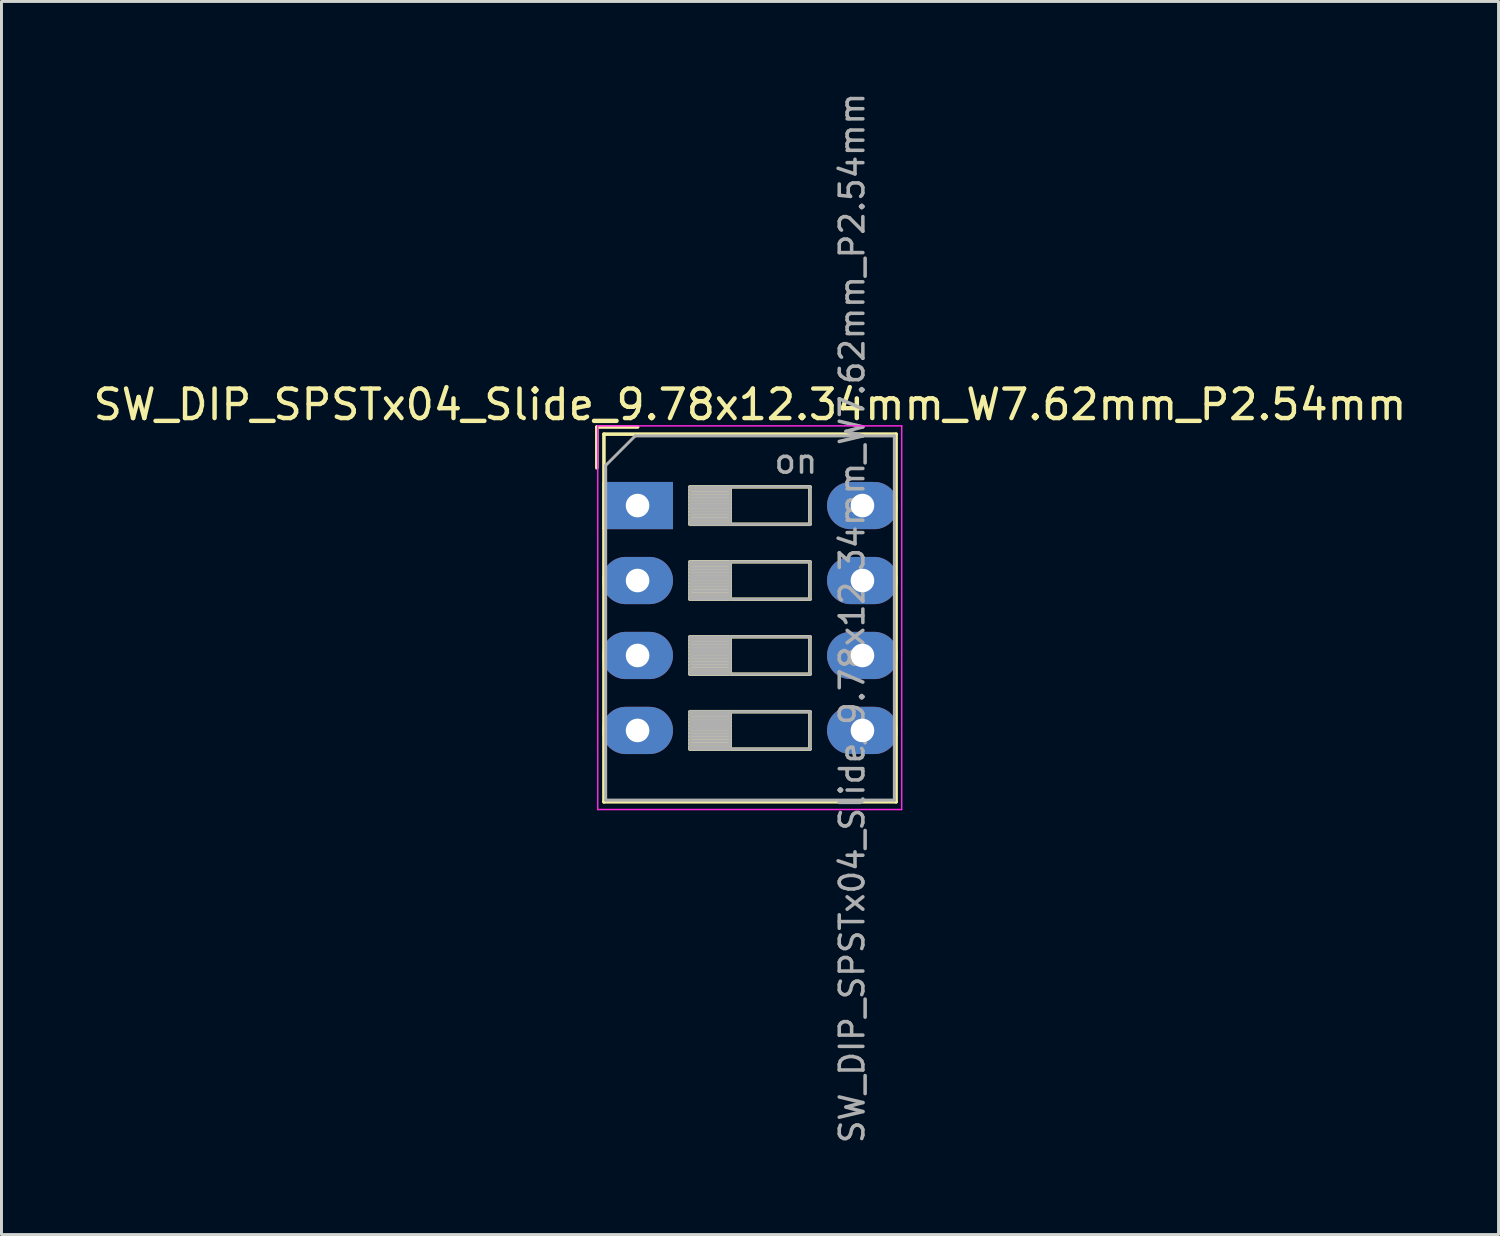
<source format=kicad_pcb>
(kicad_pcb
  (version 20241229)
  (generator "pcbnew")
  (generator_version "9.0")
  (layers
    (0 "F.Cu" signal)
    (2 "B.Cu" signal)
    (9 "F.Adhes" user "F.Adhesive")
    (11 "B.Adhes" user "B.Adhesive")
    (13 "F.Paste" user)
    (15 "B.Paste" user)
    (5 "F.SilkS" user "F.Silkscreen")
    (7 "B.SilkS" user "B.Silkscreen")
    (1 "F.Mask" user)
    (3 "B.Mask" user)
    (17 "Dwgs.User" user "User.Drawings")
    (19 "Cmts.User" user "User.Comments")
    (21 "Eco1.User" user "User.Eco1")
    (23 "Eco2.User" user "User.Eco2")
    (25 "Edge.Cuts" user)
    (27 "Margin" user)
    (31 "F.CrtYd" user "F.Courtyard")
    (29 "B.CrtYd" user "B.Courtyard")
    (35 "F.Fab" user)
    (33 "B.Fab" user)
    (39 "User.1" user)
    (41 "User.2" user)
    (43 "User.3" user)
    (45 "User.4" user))
  (footprint "SW_DIP_SPSTx04_Slide_9.78x12.34mm_W7.62mm_P2.54mm"
    (layer "F.Cu")
    (at 18.553 14.08)
    (property "Reference" "SW_DIP_SPSTx04_Slide_9.78x12.34mm_W7.62mm_P2.54mm" (at 3.81 -3.42 0) (layer "F.SilkS") (effects (font (size 1 1) (thickness 0.15))))
    (attr through_hole)
    (fp_line (start -1.38 -2.66) (end -1.38 -1.277) (stroke (width 0.12) (type solid)) (layer "F.SilkS"))
    (fp_line (start -1.38 -2.66) (end 0.004 -2.66) (stroke (width 0.12) (type solid)) (layer "F.SilkS"))
    (fp_line (start -1.14 -2.42) (end -1.14 10.04) (stroke (width 0.12) (type solid)) (layer "F.SilkS"))
    (fp_line (start -1.14 -2.42) (end 8.76 -2.42) (stroke (width 0.12) (type solid)) (layer "F.SilkS"))
    (fp_line (start -1.14 10.04) (end 8.76 10.04) (stroke (width 0.12) (type solid)) (layer "F.SilkS"))
    (fp_line (start 1.78 -0.635) (end 1.78 0.635) (stroke (width 0.12) (type solid)) (layer "F.SilkS"))
    (fp_line (start 1.78 -0.515) (end 3.133 -0.515) (stroke (width 0.12) (type solid)) (layer "F.SilkS"))
    (fp_line (start 1.78 -0.395) (end 3.133 -0.395) (stroke (width 0.12) (type solid)) (layer "F.SilkS"))
    (fp_line (start 1.78 -0.275) (end 3.133 -0.275) (stroke (width 0.12) (type solid)) (layer "F.SilkS"))
    (fp_line (start 1.78 -0.155) (end 3.133 -0.155) (stroke (width 0.12) (type solid)) (layer "F.SilkS"))
    (fp_line (start 1.78 -0.035) (end 3.133 -0.035) (stroke (width 0.12) (type solid)) (layer "F.SilkS"))
    (fp_line (start 1.78 0.085) (end 3.133 0.085) (stroke (width 0.12) (type solid)) (layer "F.SilkS"))
    (fp_line (start 1.78 0.205) (end 3.133 0.205) (stroke (width 0.12) (type solid)) (layer "F.SilkS"))
    (fp_line (start 1.78 0.325) (end 3.133 0.325) (stroke (width 0.12) (type solid)) (layer "F.SilkS"))
    (fp_line (start 1.78 0.445) (end 3.133 0.445) (stroke (width 0.12) (type solid)) (layer "F.SilkS"))
    (fp_line (start 1.78 0.565) (end 3.133 0.565) (stroke (width 0.12) (type solid)) (layer "F.SilkS"))
    (fp_line (start 1.78 0.635) (end 5.84 0.635) (stroke (width 0.12) (type solid)) (layer "F.SilkS"))
    (fp_line (start 1.78 1.905) (end 1.78 3.175) (stroke (width 0.12) (type solid)) (layer "F.SilkS"))
    (fp_line (start 1.78 2.025) (end 3.133 2.025) (stroke (width 0.12) (type solid)) (layer "F.SilkS"))
    (fp_line (start 1.78 2.145) (end 3.133 2.145) (stroke (width 0.12) (type solid)) (layer "F.SilkS"))
    (fp_line (start 1.78 2.265) (end 3.133 2.265) (stroke (width 0.12) (type solid)) (layer "F.SilkS"))
    (fp_line (start 1.78 2.385) (end 3.133 2.385) (stroke (width 0.12) (type solid)) (layer "F.SilkS"))
    (fp_line (start 1.78 2.505) (end 3.133 2.505) (stroke (width 0.12) (type solid)) (layer "F.SilkS"))
    (fp_line (start 1.78 2.625) (end 3.133 2.625) (stroke (width 0.12) (type solid)) (layer "F.SilkS"))
    (fp_line (start 1.78 2.745) (end 3.133 2.745) (stroke (width 0.12) (type solid)) (layer "F.SilkS"))
    (fp_line (start 1.78 2.865) (end 3.133 2.865) (stroke (width 0.12) (type solid)) (layer "F.SilkS"))
    (fp_line (start 1.78 2.985) (end 3.133 2.985) (stroke (width 0.12) (type solid)) (layer "F.SilkS"))
    (fp_line (start 1.78 3.105) (end 3.133 3.105) (stroke (width 0.12) (type solid)) (layer "F.SilkS"))
    (fp_line (start 1.78 3.175) (end 5.84 3.175) (stroke (width 0.12) (type solid)) (layer "F.SilkS"))
    (fp_line (start 1.78 4.445) (end 1.78 5.715) (stroke (width 0.12) (type solid)) (layer "F.SilkS"))
    (fp_line (start 1.78 4.565) (end 3.133 4.565) (stroke (width 0.12) (type solid)) (layer "F.SilkS"))
    (fp_line (start 1.78 4.685) (end 3.133 4.685) (stroke (width 0.12) (type solid)) (layer "F.SilkS"))
    (fp_line (start 1.78 4.805) (end 3.133 4.805) (stroke (width 0.12) (type solid)) (layer "F.SilkS"))
    (fp_line (start 1.78 4.925) (end 3.133 4.925) (stroke (width 0.12) (type solid)) (layer "F.SilkS"))
    (fp_line (start 1.78 5.045) (end 3.133 5.045) (stroke (width 0.12) (type solid)) (layer "F.SilkS"))
    (fp_line (start 1.78 5.165) (end 3.133 5.165) (stroke (width 0.12) (type solid)) (layer "F.SilkS"))
    (fp_line (start 1.78 5.285) (end 3.133 5.285) (stroke (width 0.12) (type solid)) (layer "F.SilkS"))
    (fp_line (start 1.78 5.405) (end 3.133 5.405) (stroke (width 0.12) (type solid)) (layer "F.SilkS"))
    (fp_line (start 1.78 5.525) (end 3.133 5.525) (stroke (width 0.12) (type solid)) (layer "F.SilkS"))
    (fp_line (start 1.78 5.645) (end 3.133 5.645) (stroke (width 0.12) (type solid)) (layer "F.SilkS"))
    (fp_line (start 1.78 5.715) (end 5.84 5.715) (stroke (width 0.12) (type solid)) (layer "F.SilkS"))
    (fp_line (start 1.78 6.985) (end 1.78 8.255) (stroke (width 0.12) (type solid)) (layer "F.SilkS"))
    (fp_line (start 1.78 7.105) (end 3.133 7.105) (stroke (width 0.12) (type solid)) (layer "F.SilkS"))
    (fp_line (start 1.78 7.225) (end 3.133 7.225) (stroke (width 0.12) (type solid)) (layer "F.SilkS"))
    (fp_line (start 1.78 7.345) (end 3.133 7.345) (stroke (width 0.12) (type solid)) (layer "F.SilkS"))
    (fp_line (start 1.78 7.465) (end 3.133 7.465) (stroke (width 0.12) (type solid)) (layer "F.SilkS"))
    (fp_line (start 1.78 7.585) (end 3.133 7.585) (stroke (width 0.12) (type solid)) (layer "F.SilkS"))
    (fp_line (start 1.78 7.705) (end 3.133 7.705) (stroke (width 0.12) (type solid)) (layer "F.SilkS"))
    (fp_line (start 1.78 7.825) (end 3.133 7.825) (stroke (width 0.12) (type solid)) (layer "F.SilkS"))
    (fp_line (start 1.78 7.945) (end 3.133 7.945) (stroke (width 0.12) (type solid)) (layer "F.SilkS"))
    (fp_line (start 1.78 8.065) (end 3.133 8.065) (stroke (width 0.12) (type solid)) (layer "F.SilkS"))
    (fp_line (start 1.78 8.185) (end 3.133 8.185) (stroke (width 0.12) (type solid)) (layer "F.SilkS"))
    (fp_line (start 1.78 8.255) (end 5.84 8.255) (stroke (width 0.12) (type solid)) (layer "F.SilkS"))
    (fp_line (start 3.133 -0.635) (end 3.133 0.635) (stroke (width 0.12) (type solid)) (layer "F.SilkS"))
    (fp_line (start 3.133 1.905) (end 3.133 3.175) (stroke (width 0.12) (type solid)) (layer "F.SilkS"))
    (fp_line (start 3.133 4.445) (end 3.133 5.715) (stroke (width 0.12) (type solid)) (layer "F.SilkS"))
    (fp_line (start 3.133 6.985) (end 3.133 8.255) (stroke (width 0.12) (type solid)) (layer "F.SilkS"))
    (fp_line (start 5.84 -0.635) (end 1.78 -0.635) (stroke (width 0.12) (type solid)) (layer "F.SilkS"))
    (fp_line (start 5.84 0.635) (end 5.84 -0.635) (stroke (width 0.12) (type solid)) (layer "F.SilkS"))
    (fp_line (start 5.84 1.905) (end 1.78 1.905) (stroke (width 0.12) (type solid)) (layer "F.SilkS"))
    (fp_line (start 5.84 3.175) (end 5.84 1.905) (stroke (width 0.12) (type solid)) (layer "F.SilkS"))
    (fp_line (start 5.84 4.445) (end 1.78 4.445) (stroke (width 0.12) (type solid)) (layer "F.SilkS"))
    (fp_line (start 5.84 5.715) (end 5.84 4.445) (stroke (width 0.12) (type solid)) (layer "F.SilkS"))
    (fp_line (start 5.84 6.985) (end 1.78 6.985) (stroke (width 0.12) (type solid)) (layer "F.SilkS"))
    (fp_line (start 5.84 8.255) (end 5.84 6.985) (stroke (width 0.12) (type solid)) (layer "F.SilkS"))
    (fp_line (start 8.76 -2.42) (end 8.76 10.04) (stroke (width 0.12) (type solid)) (layer "F.SilkS"))
    (fp_line (start -1.35 -2.7) (end -1.35 10.3) (stroke (width 0.05) (type solid)) (layer "F.CrtYd"))
    (fp_line (start -1.35 10.3) (end 8.95 10.3) (stroke (width 0.05) (type solid)) (layer "F.CrtYd"))
    (fp_line (start 8.95 -2.7) (end -1.35 -2.7) (stroke (width 0.05) (type solid)) (layer "F.CrtYd"))
    (fp_line (start 8.95 10.3) (end 8.95 -2.7) (stroke (width 0.05) (type solid)) (layer "F.CrtYd"))
    (fp_line (start -1.08 -1.36) (end -0.08 -2.36) (stroke (width 0.1) (type solid)) (layer "F.Fab"))
    (fp_line (start -1.08 9.98) (end -1.08 -1.36) (stroke (width 0.1) (type solid)) (layer "F.Fab"))
    (fp_line (start -0.08 -2.36) (end 8.7 -2.36) (stroke (width 0.1) (type solid)) (layer "F.Fab"))
    (fp_line (start 1.78 -0.635) (end 1.78 0.635) (stroke (width 0.1) (type solid)) (layer "F.Fab"))
    (fp_line (start 1.78 -0.535) (end 3.133 -0.535) (stroke (width 0.1) (type solid)) (layer "F.Fab"))
    (fp_line (start 1.78 -0.435) (end 3.133 -0.435) (stroke (width 0.1) (type solid)) (layer "F.Fab"))
    (fp_line (start 1.78 -0.335) (end 3.133 -0.335) (stroke (width 0.1) (type solid)) (layer "F.Fab"))
    (fp_line (start 1.78 -0.235) (end 3.133 -0.235) (stroke (width 0.1) (type solid)) (layer "F.Fab"))
    (fp_line (start 1.78 -0.135) (end 3.133 -0.135) (stroke (width 0.1) (type solid)) (layer "F.Fab"))
    (fp_line (start 1.78 -0.035) (end 3.133 -0.035) (stroke (width 0.1) (type solid)) (layer "F.Fab"))
    (fp_line (start 1.78 0.065) (end 3.133 0.065) (stroke (width 0.1) (type solid)) (layer "F.Fab"))
    (fp_line (start 1.78 0.165) (end 3.133 0.165) (stroke (width 0.1) (type solid)) (layer "F.Fab"))
    (fp_line (start 1.78 0.265) (end 3.133 0.265) (stroke (width 0.1) (type solid)) (layer "F.Fab"))
    (fp_line (start 1.78 0.365) (end 3.133 0.365) (stroke (width 0.1) (type solid)) (layer "F.Fab"))
    (fp_line (start 1.78 0.465) (end 3.133 0.465) (stroke (width 0.1) (type solid)) (layer "F.Fab"))
    (fp_line (start 1.78 0.565) (end 3.133 0.565) (stroke (width 0.1) (type solid)) (layer "F.Fab"))
    (fp_line (start 1.78 0.635) (end 5.84 0.635) (stroke (width 0.1) (type solid)) (layer "F.Fab"))
    (fp_line (start 1.78 1.905) (end 1.78 3.175) (stroke (width 0.1) (type solid)) (layer "F.Fab"))
    (fp_line (start 1.78 2.005) (end 3.133 2.005) (stroke (width 0.1) (type solid)) (layer "F.Fab"))
    (fp_line (start 1.78 2.105) (end 3.133 2.105) (stroke (width 0.1) (type solid)) (layer "F.Fab"))
    (fp_line (start 1.78 2.205) (end 3.133 2.205) (stroke (width 0.1) (type solid)) (layer "F.Fab"))
    (fp_line (start 1.78 2.305) (end 3.133 2.305) (stroke (width 0.1) (type solid)) (layer "F.Fab"))
    (fp_line (start 1.78 2.405) (end 3.133 2.405) (stroke (width 0.1) (type solid)) (layer "F.Fab"))
    (fp_line (start 1.78 2.505) (end 3.133 2.505) (stroke (width 0.1) (type solid)) (layer "F.Fab"))
    (fp_line (start 1.78 2.605) (end 3.133 2.605) (stroke (width 0.1) (type solid)) (layer "F.Fab"))
    (fp_line (start 1.78 2.705) (end 3.133 2.705) (stroke (width 0.1) (type solid)) (layer "F.Fab"))
    (fp_line (start 1.78 2.805) (end 3.133 2.805) (stroke (width 0.1) (type solid)) (layer "F.Fab"))
    (fp_line (start 1.78 2.905) (end 3.133 2.905) (stroke (width 0.1) (type solid)) (layer "F.Fab"))
    (fp_line (start 1.78 3.005) (end 3.133 3.005) (stroke (width 0.1) (type solid)) (layer "F.Fab"))
    (fp_line (start 1.78 3.105) (end 3.133 3.105) (stroke (width 0.1) (type solid)) (layer "F.Fab"))
    (fp_line (start 1.78 3.175) (end 5.84 3.175) (stroke (width 0.1) (type solid)) (layer "F.Fab"))
    (fp_line (start 1.78 4.445) (end 1.78 5.715) (stroke (width 0.1) (type solid)) (layer "F.Fab"))
    (fp_line (start 1.78 4.545) (end 3.133 4.545) (stroke (width 0.1) (type solid)) (layer "F.Fab"))
    (fp_line (start 1.78 4.645) (end 3.133 4.645) (stroke (width 0.1) (type solid)) (layer "F.Fab"))
    (fp_line (start 1.78 4.745) (end 3.133 4.745) (stroke (width 0.1) (type solid)) (layer "F.Fab"))
    (fp_line (start 1.78 4.845) (end 3.133 4.845) (stroke (width 0.1) (type solid)) (layer "F.Fab"))
    (fp_line (start 1.78 4.945) (end 3.133 4.945) (stroke (width 0.1) (type solid)) (layer "F.Fab"))
    (fp_line (start 1.78 5.045) (end 3.133 5.045) (stroke (width 0.1) (type solid)) (layer "F.Fab"))
    (fp_line (start 1.78 5.145) (end 3.133 5.145) (stroke (width 0.1) (type solid)) (layer "F.Fab"))
    (fp_line (start 1.78 5.245) (end 3.133 5.245) (stroke (width 0.1) (type solid)) (layer "F.Fab"))
    (fp_line (start 1.78 5.345) (end 3.133 5.345) (stroke (width 0.1) (type solid)) (layer "F.Fab"))
    (fp_line (start 1.78 5.445) (end 3.133 5.445) (stroke (width 0.1) (type solid)) (layer "F.Fab"))
    (fp_line (start 1.78 5.545) (end 3.133 5.545) (stroke (width 0.1) (type solid)) (layer "F.Fab"))
    (fp_line (start 1.78 5.645) (end 3.133 5.645) (stroke (width 0.1) (type solid)) (layer "F.Fab"))
    (fp_line (start 1.78 5.715) (end 5.84 5.715) (stroke (width 0.1) (type solid)) (layer "F.Fab"))
    (fp_line (start 1.78 6.985) (end 1.78 8.255) (stroke (width 0.1) (type solid)) (layer "F.Fab"))
    (fp_line (start 1.78 7.085) (end 3.133 7.085) (stroke (width 0.1) (type solid)) (layer "F.Fab"))
    (fp_line (start 1.78 7.185) (end 3.133 7.185) (stroke (width 0.1) (type solid)) (layer "F.Fab"))
    (fp_line (start 1.78 7.285) (end 3.133 7.285) (stroke (width 0.1) (type solid)) (layer "F.Fab"))
    (fp_line (start 1.78 7.385) (end 3.133 7.385) (stroke (width 0.1) (type solid)) (layer "F.Fab"))
    (fp_line (start 1.78 7.485) (end 3.133 7.485) (stroke (width 0.1) (type solid)) (layer "F.Fab"))
    (fp_line (start 1.78 7.585) (end 3.133 7.585) (stroke (width 0.1) (type solid)) (layer "F.Fab"))
    (fp_line (start 1.78 7.685) (end 3.133 7.685) (stroke (width 0.1) (type solid)) (layer "F.Fab"))
    (fp_line (start 1.78 7.785) (end 3.133 7.785) (stroke (width 0.1) (type solid)) (layer "F.Fab"))
    (fp_line (start 1.78 7.885) (end 3.133 7.885) (stroke (width 0.1) (type solid)) (layer "F.Fab"))
    (fp_line (start 1.78 7.985) (end 3.133 7.985) (stroke (width 0.1) (type solid)) (layer "F.Fab"))
    (fp_line (start 1.78 8.085) (end 3.133 8.085) (stroke (width 0.1) (type solid)) (layer "F.Fab"))
    (fp_line (start 1.78 8.185) (end 3.133 8.185) (stroke (width 0.1) (type solid)) (layer "F.Fab"))
    (fp_line (start 1.78 8.255) (end 5.84 8.255) (stroke (width 0.1) (type solid)) (layer "F.Fab"))
    (fp_line (start 3.133 -0.635) (end 3.133 0.635) (stroke (width 0.1) (type solid)) (layer "F.Fab"))
    (fp_line (start 3.133 1.905) (end 3.133 3.175) (stroke (width 0.1) (type solid)) (layer "F.Fab"))
    (fp_line (start 3.133 4.445) (end 3.133 5.715) (stroke (width 0.1) (type solid)) (layer "F.Fab"))
    (fp_line (start 3.133 6.985) (end 3.133 8.255) (stroke (width 0.1) (type solid)) (layer "F.Fab"))
    (fp_line (start 5.84 -0.635) (end 1.78 -0.635) (stroke (width 0.1) (type solid)) (layer "F.Fab"))
    (fp_line (start 5.84 0.635) (end 5.84 -0.635) (stroke (width 0.1) (type solid)) (layer "F.Fab"))
    (fp_line (start 5.84 1.905) (end 1.78 1.905) (stroke (width 0.1) (type solid)) (layer "F.Fab"))
    (fp_line (start 5.84 3.175) (end 5.84 1.905) (stroke (width 0.1) (type solid)) (layer "F.Fab"))
    (fp_line (start 5.84 4.445) (end 1.78 4.445) (stroke (width 0.1) (type solid)) (layer "F.Fab"))
    (fp_line (start 5.84 5.715) (end 5.84 4.445) (stroke (width 0.1) (type solid)) (layer "F.Fab"))
    (fp_line (start 5.84 6.985) (end 1.78 6.985) (stroke (width 0.1) (type solid)) (layer "F.Fab"))
    (fp_line (start 5.84 8.255) (end 5.84 6.985) (stroke (width 0.1) (type solid)) (layer "F.Fab"))
    (fp_line (start 8.7 -2.36) (end 8.7 9.98) (stroke (width 0.1) (type solid)) (layer "F.Fab"))
    (fp_line (start 8.7 9.98) (end -1.08 9.98) (stroke (width 0.1) (type solid)) (layer "F.Fab"))
    (fp_text user "on" (at 5.365 -1.498 0) (layer "F.Fab") (effects (font (size 0.8 0.8) (thickness 0.12))))
    (fp_text user "${REFERENCE}" (at 7.27 3.81 90) (layer "F.Fab") (effects (font (size 0.8 0.8) (thickness 0.12))))
    (pad "1" thru_hole rect (at 0 0) (size 2.4 1.6) (drill 0.8) (layers "*.Cu" "*.Mask"))
    (pad "2" thru_hole oval (at 0 2.54) (size 2.4 1.6) (drill 0.8) (layers "*.Cu" "*.Mask"))
    (pad "3" thru_hole oval (at 0 5.08) (size 2.4 1.6) (drill 0.8) (layers "*.Cu" "*.Mask"))
    (pad "4" thru_hole oval (at 0 7.62) (size 2.4 1.6) (drill 0.8) (layers "*.Cu" "*.Mask"))
    (pad "5" thru_hole oval (at 7.62 7.62) (size 2.4 1.6) (drill 0.8) (layers "*.Cu" "*.Mask"))
    (pad "6" thru_hole oval (at 7.62 5.08) (size 2.4 1.6) (drill 0.8) (layers "*.Cu" "*.Mask"))
    (pad "7" thru_hole oval (at 7.62 2.54) (size 2.4 1.6) (drill 0.8) (layers "*.Cu" "*.Mask"))
    (pad "8" thru_hole oval (at 7.62 0) (size 2.4 1.6) (drill 0.8) (layers "*.Cu" "*.Mask")))
  (gr_rect
    (start -3 -3)
    (end 47.726 38.781)
    (stroke (width 0.1) (type default))
    (fill no)
    (layer "Edge.Cuts")))
</source>
